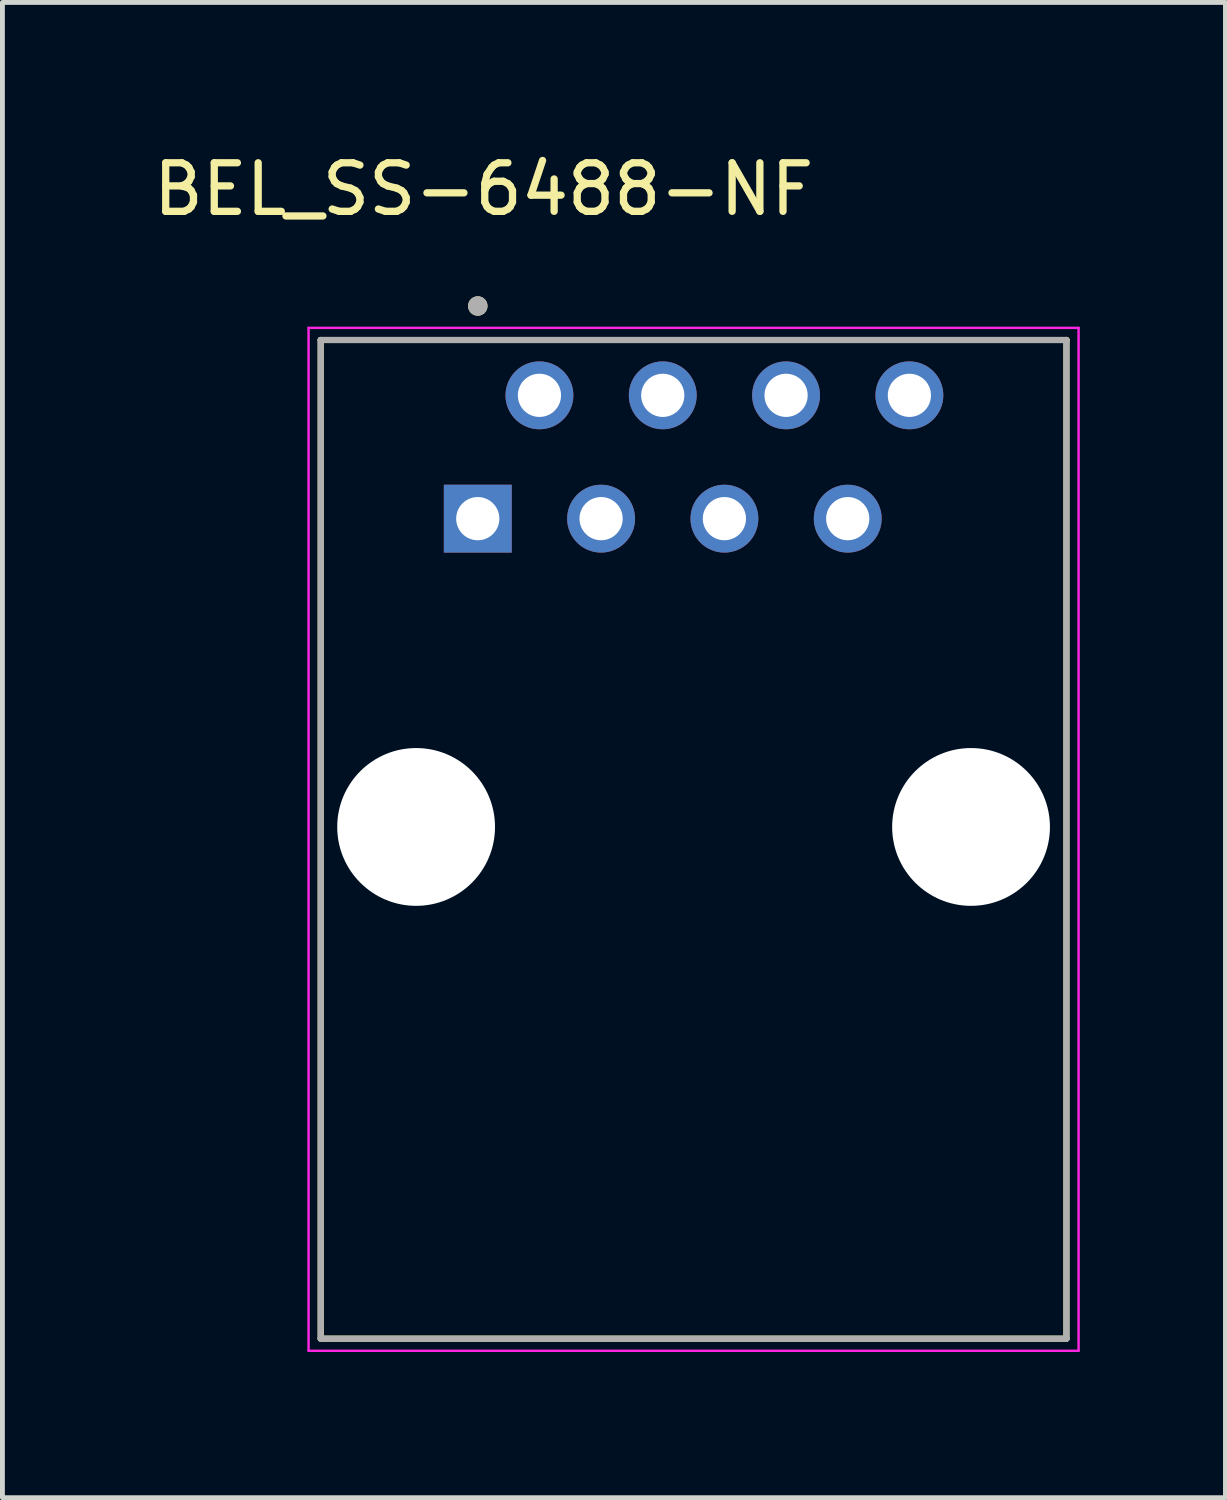
<source format=kicad_pcb>
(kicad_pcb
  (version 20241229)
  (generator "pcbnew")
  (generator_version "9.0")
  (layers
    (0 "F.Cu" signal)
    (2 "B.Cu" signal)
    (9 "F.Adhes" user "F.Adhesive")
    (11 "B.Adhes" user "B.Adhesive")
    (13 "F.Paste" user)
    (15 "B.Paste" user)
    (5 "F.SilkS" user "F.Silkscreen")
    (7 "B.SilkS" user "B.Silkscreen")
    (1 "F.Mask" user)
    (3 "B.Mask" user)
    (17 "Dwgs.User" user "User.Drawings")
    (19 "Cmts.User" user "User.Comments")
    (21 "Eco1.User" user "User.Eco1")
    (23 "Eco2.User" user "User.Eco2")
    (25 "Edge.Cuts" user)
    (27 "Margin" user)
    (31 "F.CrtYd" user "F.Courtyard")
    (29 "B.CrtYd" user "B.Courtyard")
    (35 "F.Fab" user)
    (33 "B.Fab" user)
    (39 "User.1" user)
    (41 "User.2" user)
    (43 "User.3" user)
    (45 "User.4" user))
  (footprint "BEL_SS-6488-NF"
    (layer "F.Cu")
    (at 11.236 13.983)
    (property "Reference" "BEL_SS-6488-NF" (at -4.325 -13.135 0) (layer "F.SilkS") (effects (font (size 1 1) (thickness 0.15))))
    (attr through_hole)
    (fp_line (start -7.68 -10.03) (end -7.68 10.54) (stroke (width 0.127) (type solid)) (layer "F.SilkS"))
    (fp_line (start -7.68 -10.03) (end 7.68 -10.03) (stroke (width 0.127) (type solid)) (layer "F.SilkS"))
    (fp_line (start 7.68 -10.03) (end 7.68 10.54) (stroke (width 0.127) (type solid)) (layer "F.SilkS"))
    (fp_line (start 7.68 10.54) (end -7.68 10.54) (stroke (width 0.127) (type solid)) (layer "F.SilkS"))
    (fp_circle (center -4.445 -10.73) (end -4.345 -10.73) (stroke (width 0.2) (type solid)) (fill no) (layer "F.SilkS"))
    (fp_line (start -7.93 -10.28) (end 7.93 -10.28) (stroke (width 0.05) (type solid)) (layer "F.CrtYd"))
    (fp_line (start -7.93 10.79) (end -7.93 -10.28) (stroke (width 0.05) (type solid)) (layer "F.CrtYd"))
    (fp_line (start 7.93 10.79) (end -7.93 10.79) (stroke (width 0.05) (type solid)) (layer "F.CrtYd"))
    (fp_line (start 7.93 10.79) (end 7.93 -10.28) (stroke (width 0.05) (type solid)) (layer "F.CrtYd"))
    (fp_line (start -7.68 -10.03) (end -7.68 10.54) (stroke (width 0.127) (type solid)) (layer "F.Fab"))
    (fp_line (start -7.68 -10.03) (end 7.68 -10.03) (stroke (width 0.127) (type solid)) (layer "F.Fab"))
    (fp_line (start 7.68 -10.03) (end 7.68 10.54) (stroke (width 0.127) (type solid)) (layer "F.Fab"))
    (fp_line (start 7.68 10.54) (end -7.68 10.54) (stroke (width 0.127) (type solid)) (layer "F.Fab"))
    (fp_circle (center -4.445 -10.73) (end -4.345 -10.73) (stroke (width 0.2) (type solid)) (fill no) (layer "F.Fab"))
    (pad "" np_thru_hole circle (at -5.715 0) (size 3.25 3.25) (drill 3.25) (layers "*.Cu" "*.Mask"))
    (pad "" np_thru_hole circle (at 5.715 0) (size 3.25 3.25) (drill 3.25) (layers "*.Cu" "*.Mask"))
    (pad "1" thru_hole rect (at -4.445 -6.35) (size 1.398 1.398) (drill 0.89) (layers "*.Cu" "*.Mask"))
    (pad "2" thru_hole circle (at -3.175 -8.89) (size 1.398 1.398) (drill 0.89) (layers "*.Cu" "*.Mask"))
    (pad "3" thru_hole circle (at -1.905 -6.35) (size 1.398 1.398) (drill 0.89) (layers "*.Cu" "*.Mask"))
    (pad "4" thru_hole circle (at -0.635 -8.89) (size 1.398 1.398) (drill 0.89) (layers "*.Cu" "*.Mask"))
    (pad "5" thru_hole circle (at 0.635 -6.35) (size 1.398 1.398) (drill 0.89) (layers "*.Cu" "*.Mask"))
    (pad "6" thru_hole circle (at 1.905 -8.89) (size 1.398 1.398) (drill 0.89) (layers "*.Cu" "*.Mask"))
    (pad "7" thru_hole circle (at 3.175 -6.35) (size 1.398 1.398) (drill 0.89) (layers "*.Cu" "*.Mask"))
    (pad "8" thru_hole circle (at 4.445 -8.89) (size 1.398 1.398) (drill 0.89) (layers "*.Cu" "*.Mask")))
  (gr_rect
    (start -3 -3)
    (end 22.191 27.798)
    (stroke (width 0.1) (type default))
    (fill no)
    (layer "Edge.Cuts")))
</source>
